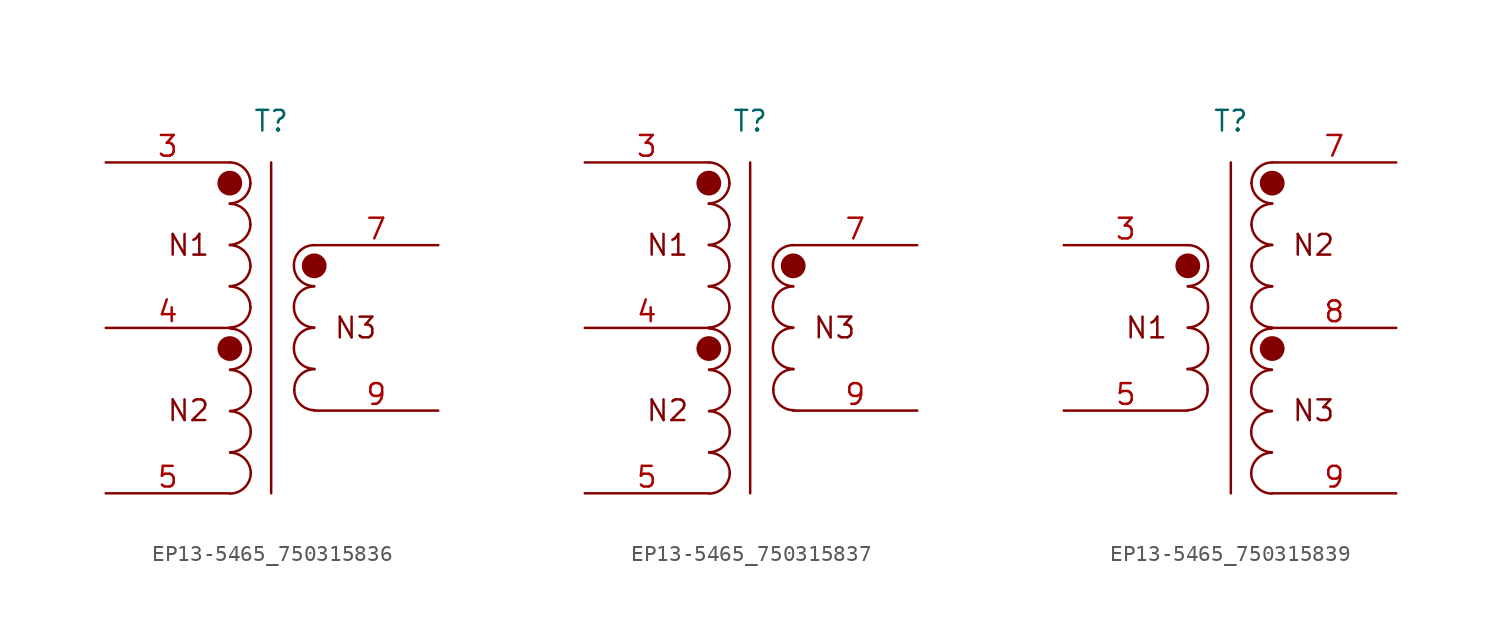
<source format=kicad_sym>
(kicad_symbol_lib
  (version 20220914)
  (generator kicad_symbol_editor)
  (symbol "EP13-5465_750315836"
    (pin_names hide)
    (property "Reference" "T"
      (at 0 12.7 0)
      (effects (font (size 1.27 1.27))))
    (property "Critical Parameter" ""
      (at 0 -5.08 0)
      (effects (font (size 1.27 1.27))))
    (symbol "EP13-5465_750315836_0_1"
      (arc (start -2.54 0.0254) (mid -1.6561 0.3937) (end -1.27 1.27) (stroke (width 0) (type default)) (fill (type none)))
      (arc (start -2.54 2.5654) (mid -1.6561 2.9337) (end -1.27 3.81) (stroke (width 0) (type default)) (fill (type none)))
      (arc (start -2.54 5.1054) (mid -1.6561 5.4737) (end -1.27 6.35) (stroke (width 0) (type default)) (fill (type none)))
      (arc (start -2.54 7.6454) (mid -1.6561 8.0137) (end -1.27 8.89) (stroke (width 0) (type default)) (fill (type none)))
      (arc (start -2.5215 -10.1791) (mid -1.6376 -9.8108) (end -1.2515 -8.9345) (stroke (width 0) (type default)) (fill (type none)))
      (arc (start -2.5215 -7.6391) (mid -1.6376 -7.2708) (end -1.2515 -6.3945) (stroke (width 0) (type default)) (fill (type none)))
      (arc (start -2.5215 -5.0991) (mid -1.6376 -4.7308) (end -1.2515 -3.8545) (stroke (width 0) (type default)) (fill (type none)))
      (arc (start -2.5215 -2.5591) (mid -1.6376 -2.1908) (end -1.2515 -1.3145) (stroke (width 0) (type default)) (fill (type none)))
      (arc (start -1.27 1.27) (mid -1.642 2.168) (end -2.54 2.54) (stroke (width 0) (type default)) (fill (type none)))
      (arc (start -1.27 3.81) (mid -1.642 4.708) (end -2.54 5.08) (stroke (width 0) (type default)) (fill (type none)))
      (arc (start -1.27 6.35) (mid -1.642 7.248) (end -2.54 7.62) (stroke (width 0) (type default)) (fill (type none)))
      (arc (start -1.27 8.89) (mid -1.642 9.788) (end -2.54 10.16) (stroke (width 0) (type default)) (fill (type none)))
      (arc (start -1.2515 -8.9345) (mid -1.6235 -8.0365) (end -2.5215 -7.6645) (stroke (width 0) (type default)) (fill (type none)))
      (arc (start -1.2515 -6.3945) (mid -1.6235 -5.4965) (end -2.5215 -5.1245) (stroke (width 0) (type default)) (fill (type none)))
      (arc (start -1.2515 -3.8545) (mid -1.6235 -2.9565) (end -2.5215 -2.5845) (stroke (width 0) (type default)) (fill (type none)))
      (arc (start -1.2515 -1.3145) (mid -1.6235 -0.4165) (end -2.5215 -0.0445) (stroke (width 0) (type default)) (fill (type none)))
      (polyline (pts (xy 0 10.16) (xy 0 -10.16)) (stroke (width 0) (type default)) (fill (type none)))
      (arc (start 1.397 -1.27) (mid 1.7615 -2.1501) (end 2.6416 -2.5146) (stroke (width 0) (type default)) (fill (type none)))
      (arc (start 1.397 1.27) (mid 1.7615 0.3899) (end 2.6416 0.0254) (stroke (width 0) (type default)) (fill (type none)))
      (arc (start 1.397 3.81) (mid 1.7615 2.9299) (end 2.6416 2.5654) (stroke (width 0) (type default)) (fill (type none)))
      (arc (start 1.4224 -3.81) (mid 1.787 -4.6899) (end 2.667 -5.0546) (stroke (width 0) (type default)) (fill (type none)))
      (arc (start 2.6416 0) (mid 1.7474 -0.3685) (end 1.397 -1.27) (stroke (width 0) (type default)) (fill (type none)))
      (arc (start 2.6416 2.54) (mid 1.7474 2.1715) (end 1.397 1.27) (stroke (width 0) (type default)) (fill (type none)))
      (arc (start 2.6416 5.08) (mid 1.7474 4.7115) (end 1.397 3.81) (stroke (width 0) (type default)) (fill (type none)))
      (arc (start 2.667 -2.54) (mid 1.7725 -2.9083) (end 1.4224 -3.81) (stroke (width 0) (type default)) (fill (type none))))
    (symbol "EP13-5465_750315836_1_1"
      (circle (center -2.54 -1.27) (radius 0.0001) (stroke (width 0.762) (type default)) (fill (type none)))
      (circle (center -2.54 8.89) (radius 0.0001) (stroke (width 0.762) (type default)) (fill (type none)))
      (circle (center 2.642 3.81) (radius 0.0001) (stroke (width 0.762) (type default)) (fill (type none)))
      (text "N1" (at -5.08 5.08 0) (effects (font (size 1.27 1.27))))
      (text "N2" (at -5.08 -5.08 0) (effects (font (size 1.27 1.27))))
      (text "N3" (at 5.182 0 0) (effects (font (size 1.27 1.27))))
      (pin passive line (at -10.16 10.16 0) (length 7.62) (name "3" (effects (font (size 1.27 1.27)))) (number "3" (effects (font (size 1.27 1.27)))))
      (pin passive line (at -10.16 0 0) (length 7.62) (name "4" (effects (font (size 1.27 1.27)))) (number "4" (effects (font (size 1.27 1.27)))))
      (pin passive line (at -10.16 -10.16 0) (length 7.62) (name "5" (effects (font (size 1.27 1.27)))) (number "5" (effects (font (size 1.27 1.27)))))
      (pin passive line (at 10.262 5.08 180) (length 7.62) (name "7" (effects (font (size 1.27 1.27)))) (number "7" (effects (font (size 1.27 1.27)))))
      (pin passive line (at 10.262 -5.08 180) (length 7.62) (name "9" (effects (font (size 1.27 1.27)))) (number "9" (effects (font (size 1.27 1.27)))))))
  (symbol "EP13-5465_750315837"
    (pin_names hide)
    (property "Reference" "T"
      (at 0 12.7 0)
      (effects (font (size 1.27 1.27))))
    (property "Critical Parameter" ""
      (at 0 -5.08 0)
      (effects (font (size 1.27 1.27))))
    (symbol "EP13-5465_750315837_0_1"
      (arc (start -2.54 0.0254) (mid -1.6561 0.3937) (end -1.27 1.27) (stroke (width 0) (type default)) (fill (type none)))
      (arc (start -2.54 2.5654) (mid -1.6561 2.9337) (end -1.27 3.81) (stroke (width 0) (type default)) (fill (type none)))
      (arc (start -2.54 5.1054) (mid -1.6561 5.4737) (end -1.27 6.35) (stroke (width 0) (type default)) (fill (type none)))
      (arc (start -2.54 7.6454) (mid -1.6561 8.0137) (end -1.27 8.89) (stroke (width 0) (type default)) (fill (type none)))
      (arc (start -2.5215 -10.1791) (mid -1.6376 -9.8108) (end -1.2515 -8.9345) (stroke (width 0) (type default)) (fill (type none)))
      (arc (start -2.5215 -7.6391) (mid -1.6376 -7.2708) (end -1.2515 -6.3945) (stroke (width 0) (type default)) (fill (type none)))
      (arc (start -2.5215 -5.0991) (mid -1.6376 -4.7308) (end -1.2515 -3.8545) (stroke (width 0) (type default)) (fill (type none)))
      (arc (start -2.5215 -2.5591) (mid -1.6376 -2.1908) (end -1.2515 -1.3145) (stroke (width 0) (type default)) (fill (type none)))
      (arc (start -1.27 1.27) (mid -1.642 2.168) (end -2.54 2.54) (stroke (width 0) (type default)) (fill (type none)))
      (arc (start -1.27 3.81) (mid -1.642 4.708) (end -2.54 5.08) (stroke (width 0) (type default)) (fill (type none)))
      (arc (start -1.27 6.35) (mid -1.642 7.248) (end -2.54 7.62) (stroke (width 0) (type default)) (fill (type none)))
      (arc (start -1.27 8.89) (mid -1.642 9.788) (end -2.54 10.16) (stroke (width 0) (type default)) (fill (type none)))
      (arc (start -1.2515 -8.9345) (mid -1.6235 -8.0365) (end -2.5215 -7.6645) (stroke (width 0) (type default)) (fill (type none)))
      (arc (start -1.2515 -6.3945) (mid -1.6235 -5.4965) (end -2.5215 -5.1245) (stroke (width 0) (type default)) (fill (type none)))
      (arc (start -1.2515 -3.8545) (mid -1.6235 -2.9565) (end -2.5215 -2.5845) (stroke (width 0) (type default)) (fill (type none)))
      (arc (start -1.2515 -1.3145) (mid -1.6235 -0.4165) (end -2.5215 -0.0445) (stroke (width 0) (type default)) (fill (type none)))
      (polyline (pts (xy 0 10.16) (xy 0 -10.16)) (stroke (width 0) (type default)) (fill (type none)))
      (arc (start 1.397 -1.27) (mid 1.7615 -2.1501) (end 2.6416 -2.5146) (stroke (width 0) (type default)) (fill (type none)))
      (arc (start 1.397 1.27) (mid 1.7615 0.3899) (end 2.6416 0.0254) (stroke (width 0) (type default)) (fill (type none)))
      (arc (start 1.397 3.81) (mid 1.7615 2.9299) (end 2.6416 2.5654) (stroke (width 0) (type default)) (fill (type none)))
      (arc (start 1.4224 -3.81) (mid 1.787 -4.6899) (end 2.667 -5.0546) (stroke (width 0) (type default)) (fill (type none)))
      (arc (start 2.6416 0) (mid 1.7474 -0.3685) (end 1.397 -1.27) (stroke (width 0) (type default)) (fill (type none)))
      (arc (start 2.6416 2.54) (mid 1.7474 2.1715) (end 1.397 1.27) (stroke (width 0) (type default)) (fill (type none)))
      (arc (start 2.6416 5.08) (mid 1.7474 4.7115) (end 1.397 3.81) (stroke (width 0) (type default)) (fill (type none)))
      (arc (start 2.667 -2.54) (mid 1.7725 -2.9083) (end 1.4224 -3.81) (stroke (width 0) (type default)) (fill (type none))))
    (symbol "EP13-5465_750315837_1_1"
      (circle (center -2.54 -1.27) (radius 0.0001) (stroke (width 0.762) (type default)) (fill (type none)))
      (circle (center -2.54 8.89) (radius 0.0001) (stroke (width 0.762) (type default)) (fill (type none)))
      (circle (center 2.642 3.81) (radius 0.0001) (stroke (width 0.762) (type default)) (fill (type none)))
      (text "N1" (at -5.08 5.08 0) (effects (font (size 1.27 1.27))))
      (text "N2" (at -5.08 -5.08 0) (effects (font (size 1.27 1.27))))
      (text "N3" (at 5.182 0 0) (effects (font (size 1.27 1.27))))
      (pin passive line (at -10.16 10.16 0) (length 7.62) (name "3" (effects (font (size 1.27 1.27)))) (number "3" (effects (font (size 1.27 1.27)))))
      (pin passive line (at -10.16 0 0) (length 7.62) (name "4" (effects (font (size 1.27 1.27)))) (number "4" (effects (font (size 1.27 1.27)))))
      (pin passive line (at -10.16 -10.16 0) (length 7.62) (name "5" (effects (font (size 1.27 1.27)))) (number "5" (effects (font (size 1.27 1.27)))))
      (pin passive line (at 10.262 5.08 180) (length 7.62) (name "7" (effects (font (size 1.27 1.27)))) (number "7" (effects (font (size 1.27 1.27)))))
      (pin passive line (at 10.262 -5.08 180) (length 7.62) (name "9" (effects (font (size 1.27 1.27)))) (number "9" (effects (font (size 1.27 1.27)))))))
  (symbol "EP13-5465_750315839"
    (pin_names hide)
    (property "Reference" "T"
      (at 0 12.7 0)
      (effects (font (size 1.27 1.27))))
    (property "Critical Parameter" ""
      (at 0 -5.08 0)
      (effects (font (size 1.27 1.27))))
    (symbol "EP13-5465_750315839_0_1"
      (arc (start -2.667 -5.0546) (mid -1.7871 -4.6899) (end -1.4224 -3.81) (stroke (width 0) (type default)) (fill (type none)))
      (arc (start -2.6416 -2.5146) (mid -1.7611 -2.1503) (end -1.397 -1.27) (stroke (width 0) (type default)) (fill (type none)))
      (arc (start -2.6416 0.0254) (mid -1.7611 0.3897) (end -1.397 1.27) (stroke (width 0) (type default)) (fill (type none)))
      (arc (start -2.6416 2.5654) (mid -1.7611 2.9297) (end -1.397 3.81) (stroke (width 0) (type default)) (fill (type none)))
      (arc (start -1.4224 -3.81) (mid -1.7727 -2.9087) (end -2.667 -2.54) (stroke (width 0) (type default)) (fill (type none)))
      (arc (start -1.397 -1.27) (mid -1.7472 -0.3682) (end -2.6416 0) (stroke (width 0) (type default)) (fill (type none)))
      (arc (start -1.397 1.27) (mid -1.7472 2.1718) (end -2.6416 2.54) (stroke (width 0) (type default)) (fill (type none)))
      (arc (start -1.397 3.81) (mid -1.7472 4.7118) (end -2.6416 5.08) (stroke (width 0) (type default)) (fill (type none)))
      (polyline (pts (xy 0 10.16) (xy 0 -10.16)) (stroke (width 0) (type default)) (fill (type none)))
      (arc (start 1.2515 -8.9345) (mid 1.6376 -9.8108) (end 2.5215 -10.1791) (stroke (width 0) (type default)) (fill (type none)))
      (arc (start 1.2515 -6.3945) (mid 1.6376 -7.2708) (end 2.5215 -7.6391) (stroke (width 0) (type default)) (fill (type none)))
      (arc (start 1.2515 -3.8545) (mid 1.6376 -4.7308) (end 2.5215 -5.0991) (stroke (width 0) (type default)) (fill (type none)))
      (arc (start 1.2515 -1.3145) (mid 1.6376 -2.1908) (end 2.5215 -2.5591) (stroke (width 0) (type default)) (fill (type none)))
      (arc (start 1.27 1.27) (mid 1.6561 0.3937) (end 2.54 0.0254) (stroke (width 0) (type default)) (fill (type none)))
      (arc (start 1.27 3.81) (mid 1.6561 2.9337) (end 2.54 2.5654) (stroke (width 0) (type default)) (fill (type none)))
      (arc (start 1.27 6.35) (mid 1.6561 5.4737) (end 2.54 5.1054) (stroke (width 0) (type default)) (fill (type none)))
      (arc (start 1.27 8.89) (mid 1.6561 8.0137) (end 2.54 7.6454) (stroke (width 0) (type default)) (fill (type none)))
      (arc (start 2.5215 -7.6645) (mid 1.6235 -8.0365) (end 1.2515 -8.9345) (stroke (width 0) (type default)) (fill (type none)))
      (arc (start 2.5215 -5.1245) (mid 1.6235 -5.4965) (end 1.2515 -6.3945) (stroke (width 0) (type default)) (fill (type none)))
      (arc (start 2.5215 -2.5845) (mid 1.6235 -2.9565) (end 1.2515 -3.8545) (stroke (width 0) (type default)) (fill (type none)))
      (arc (start 2.5215 -0.0445) (mid 1.6235 -0.4165) (end 1.2515 -1.3145) (stroke (width 0) (type default)) (fill (type none)))
      (arc (start 2.54 2.54) (mid 1.642 2.168) (end 1.27 1.27) (stroke (width 0) (type default)) (fill (type none)))
      (arc (start 2.54 5.08) (mid 1.642 4.708) (end 1.27 3.81) (stroke (width 0) (type default)) (fill (type none)))
      (arc (start 2.54 7.62) (mid 1.642 7.248) (end 1.27 6.35) (stroke (width 0) (type default)) (fill (type none)))
      (arc (start 2.54 10.16) (mid 1.642 9.788) (end 1.27 8.89) (stroke (width 0) (type default)) (fill (type none))))
    (symbol "EP13-5465_750315839_1_1"
      (circle (center -2.642 3.81) (radius 0.0001) (stroke (width 0.762) (type default)) (fill (type none)))
      (circle (center 2.54 -1.27) (radius 0.0001) (stroke (width 0.762) (type default)) (fill (type none)))
      (circle (center 2.54 8.89) (radius 0.0001) (stroke (width 0.762) (type default)) (fill (type none)))
      (text "N1" (at -5.182 0 0) (effects (font (size 1.27 1.27))))
      (text "N2" (at 5.08 5.08 0) (effects (font (size 1.27 1.27))))
      (text "N3" (at 5.08 -5.08 0) (effects (font (size 1.27 1.27))))
      (pin passive line (at -10.262 5.08 0) (length 7.62) (name "3" (effects (font (size 1.27 1.27)))) (number "3" (effects (font (size 1.27 1.27)))))
      (pin passive line (at -10.262 -5.08 0) (length 7.62) (name "5" (effects (font (size 1.27 1.27)))) (number "5" (effects (font (size 1.27 1.27)))))
      (pin passive line (at 10.16 10.16 180) (length 7.62) (name "7" (effects (font (size 1.27 1.27)))) (number "7" (effects (font (size 1.27 1.27)))))
      (pin passive line (at 10.16 0 180) (length 7.62) (name "8" (effects (font (size 1.27 1.27)))) (number "8" (effects (font (size 1.27 1.27)))))
      (pin passive line (at 10.16 -10.16 180) (length 7.62) (name "9" (effects (font (size 1.27 1.27)))) (number "9" (effects (font (size 1.27 1.27))))))))
</source>
